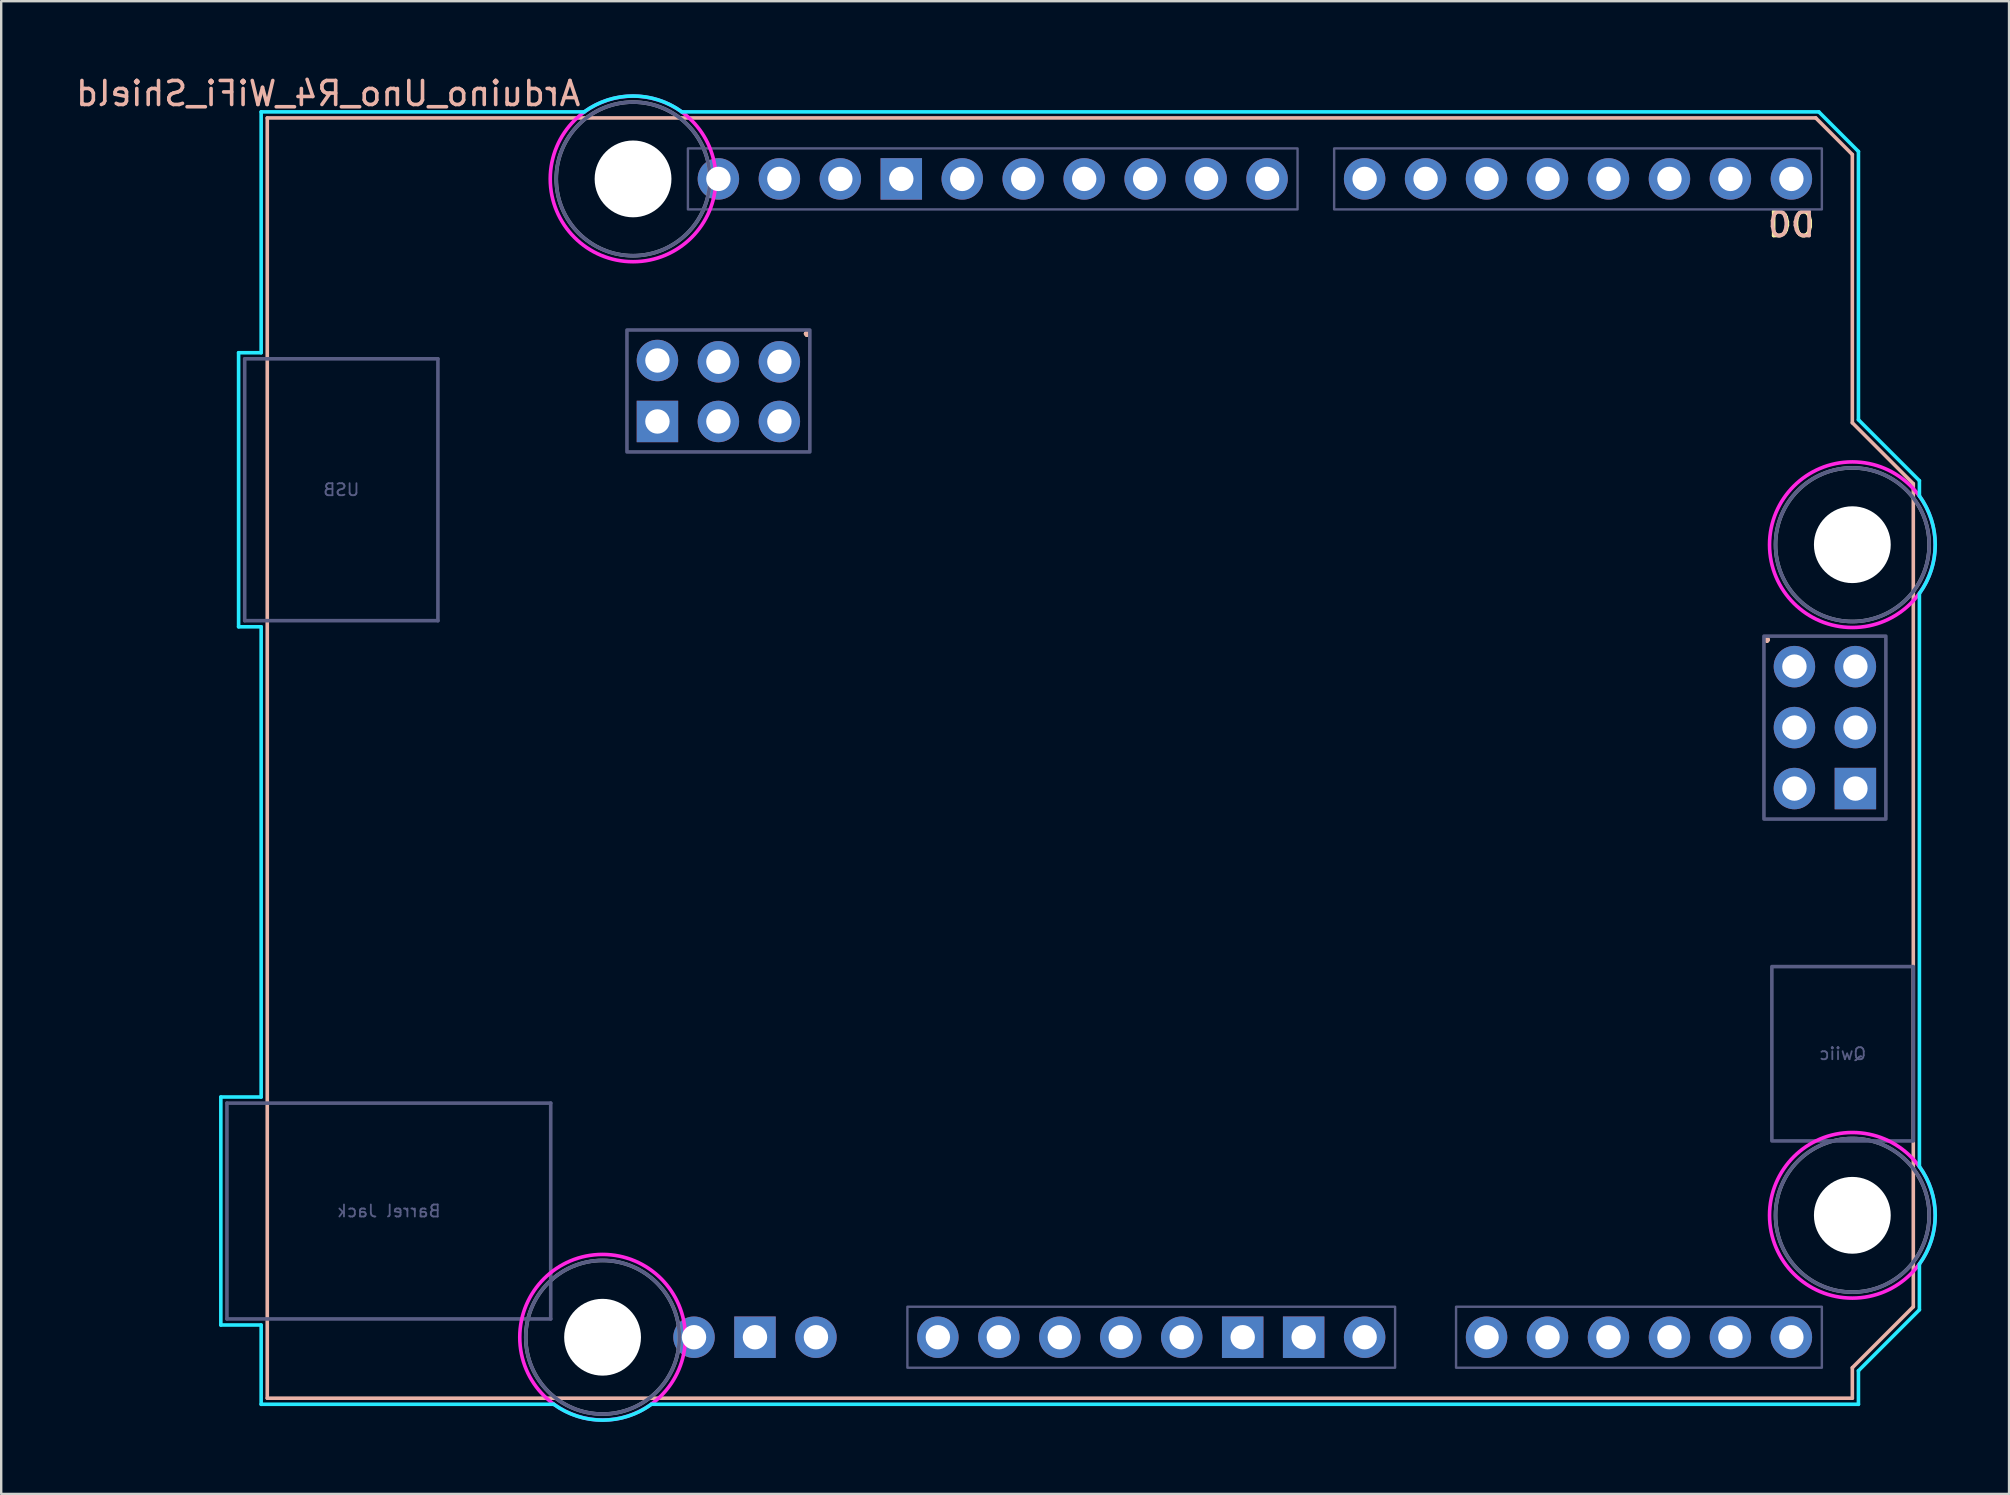
<source format=kicad_pcb>
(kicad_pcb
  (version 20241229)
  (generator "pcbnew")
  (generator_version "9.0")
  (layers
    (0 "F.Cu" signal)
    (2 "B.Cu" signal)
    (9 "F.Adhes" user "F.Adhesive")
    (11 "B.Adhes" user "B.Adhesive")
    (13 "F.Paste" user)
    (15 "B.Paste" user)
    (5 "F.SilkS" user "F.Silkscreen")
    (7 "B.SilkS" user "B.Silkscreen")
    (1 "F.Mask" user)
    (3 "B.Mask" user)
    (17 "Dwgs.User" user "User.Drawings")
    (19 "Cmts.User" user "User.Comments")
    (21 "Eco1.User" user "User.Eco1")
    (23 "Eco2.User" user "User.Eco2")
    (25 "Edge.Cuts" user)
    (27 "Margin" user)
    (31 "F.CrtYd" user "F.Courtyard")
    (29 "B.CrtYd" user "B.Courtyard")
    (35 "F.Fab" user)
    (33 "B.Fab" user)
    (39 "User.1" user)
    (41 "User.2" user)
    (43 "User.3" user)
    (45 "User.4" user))
  (footprint "Arduino_Uno_R4_WiFi_Shield"
    (layer "F.Cu")
    (at 8.085 55.204)
    (property "Reference" "Arduino_Uno_R4_WiFi_Shield" (at 2.54 -54.356 0) (layer "B.SilkS") (effects (font (size 1 1) (thickness 0.15)) (justify mirror)))
    (attr through_hole)
    (fp_line (start 0 -53.34) (end 0 0) (stroke (width 0.15) (type solid)) (layer "B.SilkS"))
    (fp_line (start 0 -53.34) (end 64.516 -53.34) (stroke (width 0.15) (type solid)) (layer "B.SilkS"))
    (fp_line (start 0 0) (end 66.04 0) (stroke (width 0.15) (type solid)) (layer "B.SilkS"))
    (fp_line (start 64.516 -53.34) (end 66.04 -51.816) (stroke (width 0.15) (type solid)) (layer "B.SilkS"))
    (fp_line (start 66.04 -40.64) (end 66.04 -51.816) (stroke (width 0.15) (type solid)) (layer "B.SilkS"))
    (fp_line (start 66.04 -1.27) (end 68.58 -3.81) (stroke (width 0.15) (type solid)) (layer "B.SilkS"))
    (fp_line (start 66.04 0) (end 66.04 -1.27) (stroke (width 0.15) (type solid)) (layer "B.SilkS"))
    (fp_line (start 68.58 -38.1) (end 66.04 -40.64) (stroke (width 0.15) (type solid)) (layer "B.SilkS"))
    (fp_line (start 68.58 -3.81) (end 68.58 -38.1) (stroke (width 0.15) (type solid)) (layer "B.SilkS"))
    (fp_line (start -1.934 -12.548) (end -1.934 -3.049) (stroke (width 0.15) (type solid)) (layer "B.CrtYd"))
    (fp_line (start -1.934 -12.548) (end -0.254 -12.548) (stroke (width 0.15) (type solid)) (layer "B.CrtYd"))
    (fp_line (start -1.934 -3.049) (end -0.254 -3.049) (stroke (width 0.15) (type solid)) (layer "B.CrtYd"))
    (fp_line (start -1.194 -43.558) (end -0.254 -43.558) (stroke (width 0.15) (type solid)) (layer "B.CrtYd"))
    (fp_line (start -1.194 -32.14) (end -1.194 -43.558) (stroke (width 0.15) (type solid)) (layer "B.CrtYd"))
    (fp_line (start -0.254 -53.594) (end -0.254 -43.558) (stroke (width 0.15) (type solid)) (layer "B.CrtYd"))
    (fp_line (start -0.254 -32.14) (end -1.194 -32.14) (stroke (width 0.15) (type solid)) (layer "B.CrtYd"))
    (fp_line (start -0.254 -32.14) (end -0.254 -12.548) (stroke (width 0.15) (type solid)) (layer "B.CrtYd"))
    (fp_line (start -0.254 -3.049) (end -0.254 0.254) (stroke (width 0.15) (type solid)) (layer "B.CrtYd"))
    (fp_line (start 11.938 0.254) (end -0.254 0.254) (stroke (width 0.15) (type solid)) (layer "B.CrtYd"))
    (fp_line (start 13.208 -53.594) (end -0.254 -53.594) (stroke (width 0.15) (type solid)) (layer "B.CrtYd"))
    (fp_line (start 16.002 0.254) (end 66.294 0.254) (stroke (width 0.15) (type solid)) (layer "B.CrtYd"))
    (fp_line (start 17.272 -53.594) (end 64.643 -53.594) (stroke (width 0.15) (type solid)) (layer "B.CrtYd"))
    (fp_line (start 64.643 -53.594) (end 66.294 -51.943) (stroke (width 0.15) (type solid)) (layer "B.CrtYd"))
    (fp_line (start 66.294 -40.767) (end 66.294 -51.943) (stroke (width 0.15) (type solid)) (layer "B.CrtYd"))
    (fp_line (start 66.294 -1.143) (end 68.834 -3.683) (stroke (width 0.15) (type solid)) (layer "B.CrtYd"))
    (fp_line (start 66.294 0.254) (end 66.294 -1.143) (stroke (width 0.15) (type solid)) (layer "B.CrtYd"))
    (fp_line (start 68.834 -38.227) (end 66.294 -40.767) (stroke (width 0.15) (type solid)) (layer "B.CrtYd"))
    (fp_line (start 68.834 -38.227) (end 68.834 -37.592) (stroke (width 0.15) (type solid)) (layer "B.CrtYd"))
    (fp_line (start 68.834 -9.652) (end 68.834 -33.528) (stroke (width 0.15) (type solid)) (layer "B.CrtYd"))
    (fp_line (start 68.834 -5.588) (end 68.834 -3.683) (stroke (width 0.15) (type solid)) (layer "B.CrtYd"))
    (fp_arc (start 13.208 -53.594) (mid 15.24 -54.254237) (end 17.272 -53.594) (stroke (width 0.15) (type solid)) (layer "B.CrtYd"))
    (fp_arc (start 16.002 0.254) (mid 13.97 0.914237) (end 11.938 0.254) (stroke (width 0.15) (type solid)) (layer "B.CrtYd"))
    (fp_arc (start 68.834 -37.592) (mid 69.494238 -35.56) (end 68.834 -33.528) (stroke (width 0.15) (type solid)) (layer "B.CrtYd"))
    (fp_arc (start 68.834 -9.652) (mid 69.494238 -7.62) (end 68.834 -5.588) (stroke (width 0.15) (type solid)) (layer "B.CrtYd"))
    (fp_circle (center 13.97 -2.54) (end 17.42 -2.54) (stroke (width 0.15) (type solid)) (fill no) (layer "F.CrtYd"))
    (fp_circle (center 15.24 -50.8) (end 18.69 -50.8) (stroke (width 0.15) (type solid)) (fill no) (layer "F.CrtYd"))
    (fp_circle (center 66.04 -35.56) (end 69.49 -35.56) (stroke (width 0.15) (type solid)) (fill no) (layer "F.CrtYd"))
    (fp_circle (center 66.04 -7.62) (end 69.49 -7.62) (stroke (width 0.15) (type solid)) (fill no) (layer "F.CrtYd"))
    (fp_line (start -1.68 -12.294) (end -1.68 -3.303) (stroke (width 0.15) (type solid)) (layer "B.Fab"))
    (fp_line (start -1.68 -12.294) (end 11.81 -12.294) (stroke (width 0.15) (type solid)) (layer "B.Fab"))
    (fp_line (start -1.68 -3.303) (end 11.81 -3.303) (stroke (width 0.15) (type solid)) (layer "B.Fab"))
    (fp_line (start -0.94 -43.304) (end 7.11 -43.304) (stroke (width 0.15) (type solid)) (layer "B.Fab"))
    (fp_line (start -0.94 -32.394) (end -0.94 -43.304) (stroke (width 0.15) (type solid)) (layer "B.Fab"))
    (fp_line (start -0.94 -32.394) (end 7.11 -32.394) (stroke (width 0.15) (type solid)) (layer "B.Fab"))
    (fp_line (start 7.11 -32.394) (end 7.11 -43.304) (stroke (width 0.15) (type solid)) (layer "B.Fab"))
    (fp_line (start 11.81 -12.294) (end 11.81 -3.303) (stroke (width 0.15) (type solid)) (layer "B.Fab"))
    (fp_rect (start 14.986 -39.424) (end 22.606 -44.504) (stroke (width 0.15) (type solid)) (fill no) (layer "B.Fab"))
    (fp_rect (start 17.526 -52.07) (end 42.926 -49.53) (stroke (width 0.1) (type solid)) (fill no) (layer "B.Fab"))
    (fp_rect (start 26.67 -3.81) (end 46.99 -1.27) (stroke (width 0.1) (type solid)) (fill no) (layer "B.Fab"))
    (fp_rect (start 44.45 -52.07) (end 64.77 -49.53) (stroke (width 0.1) (type solid)) (fill no) (layer "B.Fab"))
    (fp_rect (start 49.53 -3.81) (end 64.77 -1.27) (stroke (width 0.1) (type solid)) (fill no) (layer "B.Fab"))
    (fp_rect (start 62.357 -31.75) (end 67.437 -24.13) (stroke (width 0.15) (type solid)) (fill no) (layer "B.Fab"))
    (fp_rect (start 68.58 -10.719) (end 62.687 -17.983) (stroke (width 0.15) (type solid)) (fill no) (layer "B.Fab"))
    (fp_circle (center 13.97 -2.54) (end 17.17 -2.54) (stroke (width 0.15) (type solid)) (fill no) (layer "B.Fab"))
    (fp_circle (center 15.24 -50.8) (end 18.44 -50.8) (stroke (width 0.15) (type solid)) (fill no) (layer "B.Fab"))
    (fp_circle (center 66.04 -35.56) (end 69.24 -35.56) (stroke (width 0.15) (type solid)) (fill no) (layer "B.Fab"))
    (fp_circle (center 66.04 -7.62) (end 69.24 -7.62) (stroke (width 0.15) (type solid)) (fill no) (layer "B.Fab"))
    (fp_circle (center 13.97 -2.54) (end 17.17 -2.54) (stroke (width 0.15) (type solid)) (fill no) (layer "F.Fab"))
    (fp_circle (center 15.24 -50.8) (end 18.44 -50.8) (stroke (width 0.15) (type solid)) (fill no) (layer "F.Fab"))
    (fp_circle (center 66.04 -35.56) (end 69.24 -35.56) (stroke (width 0.15) (type solid)) (fill no) (layer "F.Fab"))
    (fp_circle (center 66.04 -7.62) (end 69.24 -7.62) (stroke (width 0.15) (type solid)) (fill no) (layer "F.Fab"))
    (fp_text user "." (at 62.484 -32.004 0) (layer "F.SilkS") (effects (font (size 1 1) (thickness 0.15))))
    (fp_text user "." (at 22.479 -44.755 0) (layer "F.SilkS") (effects (font (size 1 1) (thickness 0.15))))
    (fp_text user "D0" (at 63.5 -48.895 0) (unlocked yes) (layer "F.SilkS") (effects (font (size 1 1) (thickness 0.15))))
    (fp_text user "." (at 22.479 -44.755 0) (layer "B.SilkS") (effects (font (size 1 1) (thickness 0.15))))
    (fp_text user "D0" (at 63.5 -48.895 0) (unlocked yes) (layer "B.SilkS") (effects (font (size 1 1) (thickness 0.15)) (justify mirror)))
    (fp_text user "." (at 62.484 -32.004 0) (layer "B.SilkS") (effects (font (size 1 1) (thickness 0.15))))
    (fp_text user "Qwiic" (at 65.634 -14.351 0) (layer "B.Fab") (effects (font (size 0.5 0.5) (thickness 0.075)) (justify mirror)))
    (fp_text user "USB" (at 3.085 -37.849 0) (layer "B.Fab") (effects (font (size 0.5 0.5) (thickness 0.075)) (justify mirror)))
    (fp_text user "Barrel Jack" (at 5.065 -7.798 0) (layer "B.Fab") (effects (font (size 0.5 0.5) (thickness 0.075)) (justify mirror)))
    (pad "" np_thru_hole circle (at 13.97 -2.54) (size 3.2 3.2) (drill 3.2) (layers "*.Cu" "*.Mask"))
    (pad "" np_thru_hole circle (at 15.24 -50.8) (size 3.2 3.2) (drill 3.2) (layers "*.Cu" "*.Mask"))
    (pad "" np_thru_hole circle (at 66.04 -35.56) (size 3.2 3.2) (drill 3.2) (layers "*.Cu" "*.Mask"))
    (pad "" np_thru_hole circle (at 66.04 -7.62) (size 3.2 3.2) (drill 3.2) (layers "*.Cu" "*.Mask"))
    (pad "3V3" thru_hole oval (at 35.56 -2.54) (size 1.727 1.727) (drill 1.016) (layers "*.Cu" "*.Mask"))
    (pad "5V1" thru_hole oval (at 38.1 -2.54) (size 1.727 1.727) (drill 1.016) (layers "*.Cu" "*.Mask"))
    (pad "5V2" thru_hole oval (at 66.167 -30.48) (size 1.727 1.727) (drill 1.016) (layers "*.Cu" "*.Mask"))
    (pad "A0" thru_hole oval (at 50.8 -2.54) (size 1.727 1.727) (drill 1.016) (layers "*.Cu" "*.Mask"))
    (pad "A1" thru_hole oval (at 53.34 -2.54) (size 1.727 1.727) (drill 1.016) (layers "*.Cu" "*.Mask"))
    (pad "A2" thru_hole oval (at 55.88 -2.54) (size 1.727 1.727) (drill 1.016) (layers "*.Cu" "*.Mask"))
    (pad "A3" thru_hole oval (at 58.42 -2.54) (size 1.727 1.727) (drill 1.016) (layers "*.Cu" "*.Mask"))
    (pad "A4" thru_hole oval (at 60.96 -2.54) (size 1.727 1.727) (drill 1.016) (layers "*.Cu" "*.Mask"))
    (pad "A5" thru_hole oval (at 63.5 -2.54) (size 1.727 1.727) (drill 1.016) (layers "*.Cu" "*.Mask"))
    (pad "AREF" thru_hole oval (at 23.876 -50.8) (size 1.727 1.727) (drill 1.016) (layers "*.Cu" "*.Mask"))
    (pad "BOOT" thru_hole oval (at 27.94 -2.54) (size 1.727 1.727) (drill 1.016) (layers "*.Cu" "*.Mask"))
    (pad "D0" thru_hole oval (at 63.5 -50.8) (size 1.727 1.727) (drill 1.016) (layers "*.Cu" "*.Mask"))
    (pad "D1" thru_hole oval (at 60.96 -50.8) (size 1.727 1.727) (drill 1.016) (layers "*.Cu" "*.Mask"))
    (pad "D2" thru_hole oval (at 58.42 -50.8) (size 1.727 1.727) (drill 1.016) (layers "*.Cu" "*.Mask"))
    (pad "D3" thru_hole oval (at 55.88 -50.8) (size 1.727 1.727) (drill 1.016) (layers "*.Cu" "*.Mask"))
    (pad "D4" thru_hole oval (at 53.34 -50.8) (size 1.727 1.727) (drill 1.016) (layers "*.Cu" "*.Mask"))
    (pad "D5" thru_hole oval (at 50.8 -50.8) (size 1.727 1.727) (drill 1.016) (layers "*.Cu" "*.Mask"))
    (pad "D6" thru_hole oval (at 48.26 -50.8) (size 1.727 1.727) (drill 1.016) (layers "*.Cu" "*.Mask"))
    (pad "D7" thru_hole oval (at 45.72 -50.8) (size 1.727 1.727) (drill 1.016) (layers "*.Cu" "*.Mask"))
    (pad "D8" thru_hole oval (at 41.656 -50.8) (size 1.727 1.727) (drill 1.016) (layers "*.Cu" "*.Mask"))
    (pad "D9" thru_hole oval (at 39.116 -50.8) (size 1.727 1.727) (drill 1.016) (layers "*.Cu" "*.Mask"))
    (pad "D10" thru_hole oval (at 36.576 -50.8) (size 1.727 1.727) (drill 1.016) (layers "*.Cu" "*.Mask"))
    (pad "D11" thru_hole oval (at 34.036 -50.8) (size 1.727 1.727) (drill 1.016) (layers "*.Cu" "*.Mask"))
    (pad "D12" thru_hole oval (at 31.496 -50.8) (size 1.727 1.727) (drill 1.016) (layers "*.Cu" "*.Mask"))
    (pad "D13" thru_hole oval (at 28.956 -50.8) (size 1.727 1.727) (drill 1.016) (layers "*.Cu" "*.Mask"))
    (pad "ESP1" thru_hole oval (at 21.336 -43.18) (size 1.727 1.727) (drill 1.016) (layers "*.Cu" "*.Mask"))
    (pad "ESP2" thru_hole oval (at 21.336 -40.694) (size 1.727 1.727) (drill 1.016) (layers "*.Cu" "*.Mask"))
    (pad "ESP3" thru_hole oval (at 18.796 -43.18) (size 1.727 1.727) (drill 1.016) (layers "*.Cu" "*.Mask"))
    (pad "ESP4" thru_hole oval (at 18.796 -40.694) (size 1.727 1.727) (drill 1.016) (layers "*.Cu" "*.Mask"))
    (pad "ESP5" thru_hole oval (at 16.256 -43.234) (size 1.727 1.727) (drill 1.016) (layers "*.Cu" "*.Mask"))
    (pad "GND1" thru_hole rect (at 26.416 -50.8) (size 1.727 1.727) (drill 1.016) (layers "*.Cu" "*.Mask"))
    (pad "GND2" thru_hole rect (at 40.64 -2.54) (size 1.727 1.727) (drill 1.016) (layers "*.Cu" "*.Mask"))
    (pad "GND3" thru_hole rect (at 43.18 -2.54) (size 1.727 1.727) (drill 1.016) (layers "*.Cu" "*.Mask"))
    (pad "GND4" thru_hole rect (at 16.256 -40.694) (size 1.727 1.727) (drill 1.016) (layers "*.Cu" "*.Mask"))
    (pad "GND4" thru_hole rect (at 66.167 -25.4) (size 1.727 1.727) (drill 1.016) (layers "*.Cu" "*.Mask"))
    (pad "GND5" thru_hole rect (at 20.32 -2.54) (size 1.727 1.727) (drill 1.016) (layers "*.Cu" "*.Mask"))
    (pad "IORF" thru_hole oval (at 30.48 -2.54) (size 1.727 1.727) (drill 1.016) (layers "*.Cu" "*.Mask"))
    (pad "MISO" thru_hole oval (at 63.627 -30.48) (size 1.727 1.727) (drill 1.016) (layers "*.Cu" "*.Mask"))
    (pad "MOSI" thru_hole oval (at 66.167 -27.94) (size 1.727 1.727) (drill 1.016) (layers "*.Cu" "*.Mask"))
    (pad "OFF" thru_hole oval (at 17.78 -2.54) (size 1.727 1.727) (drill 1.016) (layers "*.Cu" "*.Mask"))
    (pad "RST1" thru_hole oval (at 33.02 -2.54) (size 1.727 1.727) (drill 1.016) (layers "*.Cu" "*.Mask"))
    (pad "RST2" thru_hole oval (at 63.627 -25.4) (size 1.727 1.727) (drill 1.016) (layers "*.Cu" "*.Mask"))
    (pad "SCK" thru_hole oval (at 63.627 -27.94) (size 1.727 1.727) (drill 1.016) (layers "*.Cu" "*.Mask"))
    (pad "SCL" thru_hole oval (at 18.796 -50.8) (size 1.727 1.727) (drill 1.016) (layers "*.Cu" "*.Mask"))
    (pad "SDA" thru_hole oval (at 21.336 -50.8) (size 1.727 1.727) (drill 1.016) (layers "*.Cu" "*.Mask"))
    (pad "VBAT" thru_hole oval (at 22.86 -2.54) (size 1.727 1.727) (drill 1.016) (layers "*.Cu" "*.Mask"))
    (pad "VIN" thru_hole oval (at 45.72 -2.54) (size 1.727 1.727) (drill 1.016) (layers "*.Cu" "*.Mask")))
  (gr_rect
    (start -3 -3)
    (end 80.654 59.193)
    (stroke (width 0.1) (type default))
    (fill no)
    (layer "Edge.Cuts")))
</source>
